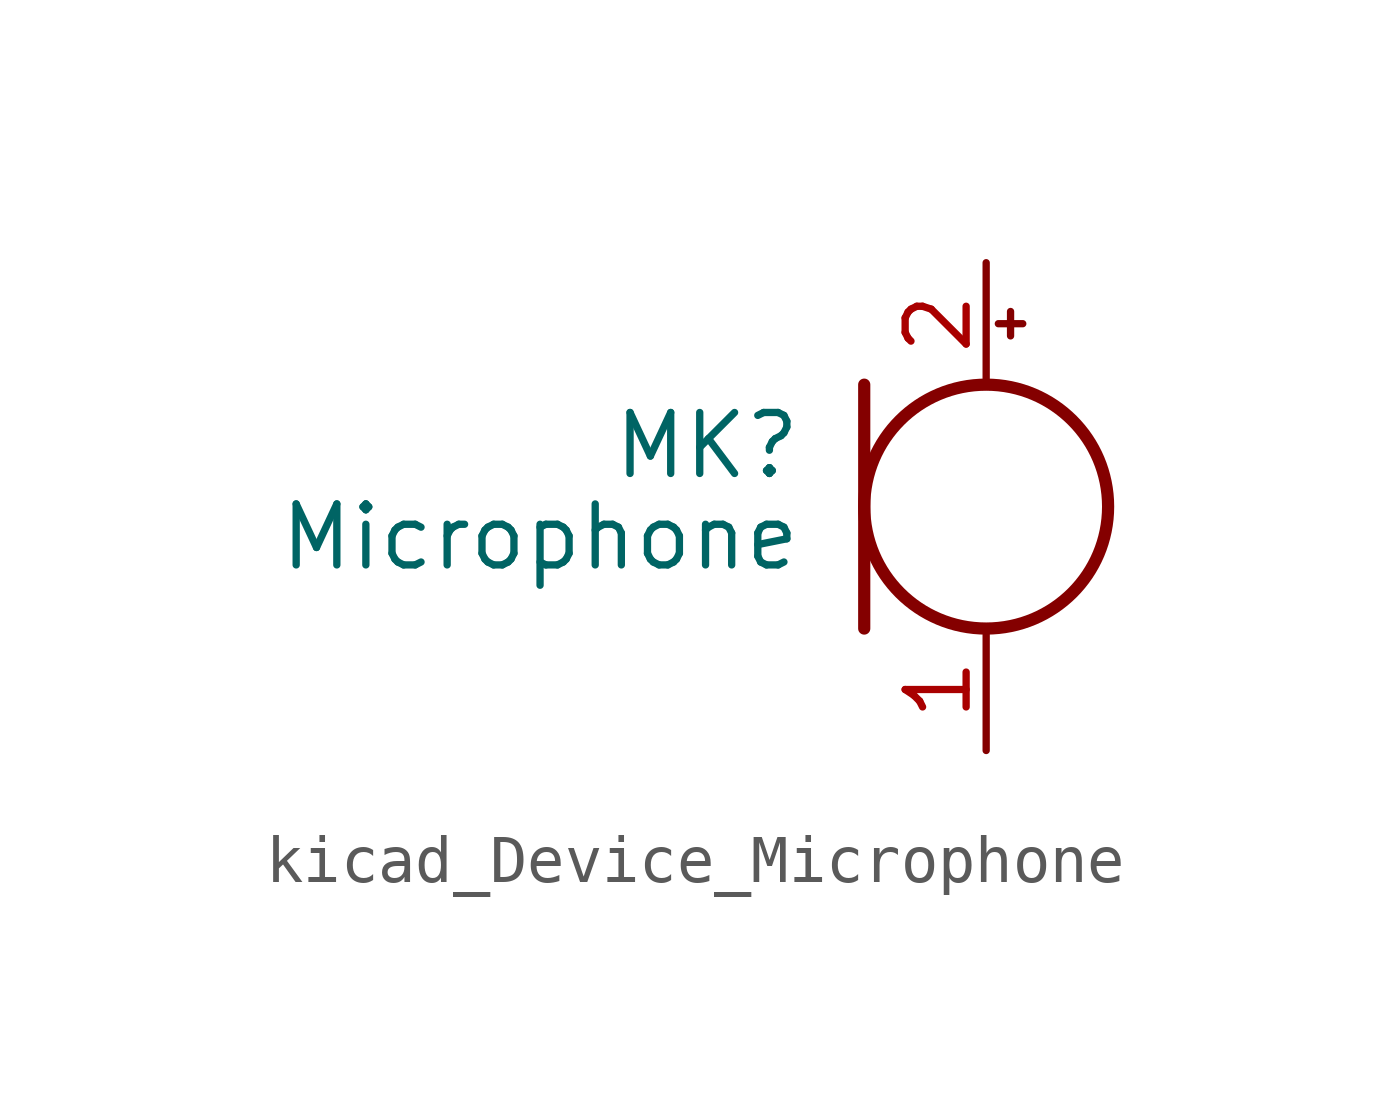
<source format=kicad_sym>
(kicad_symbol_lib
  (version 20220914)
  (generator kicad_symbol_editor)
  (symbol "kicad_Device_Microphone"
    (pin_names
      (offset 0.025) hide)
    (property "Reference" "MK"
      (at -3.81 1.27 0)
      (effects (font (size 1.27 1.27)) (justify right)))
    (property "Value" "Microphone"
      (at -3.81 -0.635 0)
      (effects (font (size 1.27 1.27)) (justify right)))
    (symbol "kicad_Device_Microphone_0_1"
      (polyline (pts (xy -2.54 2.54) (xy -2.54 -2.54)) (stroke (width 0.254) (type default)) (fill (type none)))
      (polyline (pts (xy 0.254 3.81) (xy 0.762 3.81)) (stroke (width 0) (type default)) (fill (type none)))
      (polyline (pts (xy 0.508 4.064) (xy 0.508 3.556)) (stroke (width 0) (type default)) (fill (type none)))
      (circle (center 0 0) (radius 2.54) (stroke (width 0.254) (type default)) (fill (type none))))
    (symbol "kicad_Device_Microphone_1_1"
      (pin passive line (at 0 -5.08 90) (length 2.54) (name "-" (effects (font (size 1.27 1.27)))) (number "1" (effects (font (size 1.27 1.27)))))
      (pin passive line (at 0 5.08 270) (length 2.54) (name "+" (effects (font (size 1.27 1.27)))) (number "2" (effects (font (size 1.27 1.27))))))))
</source>
